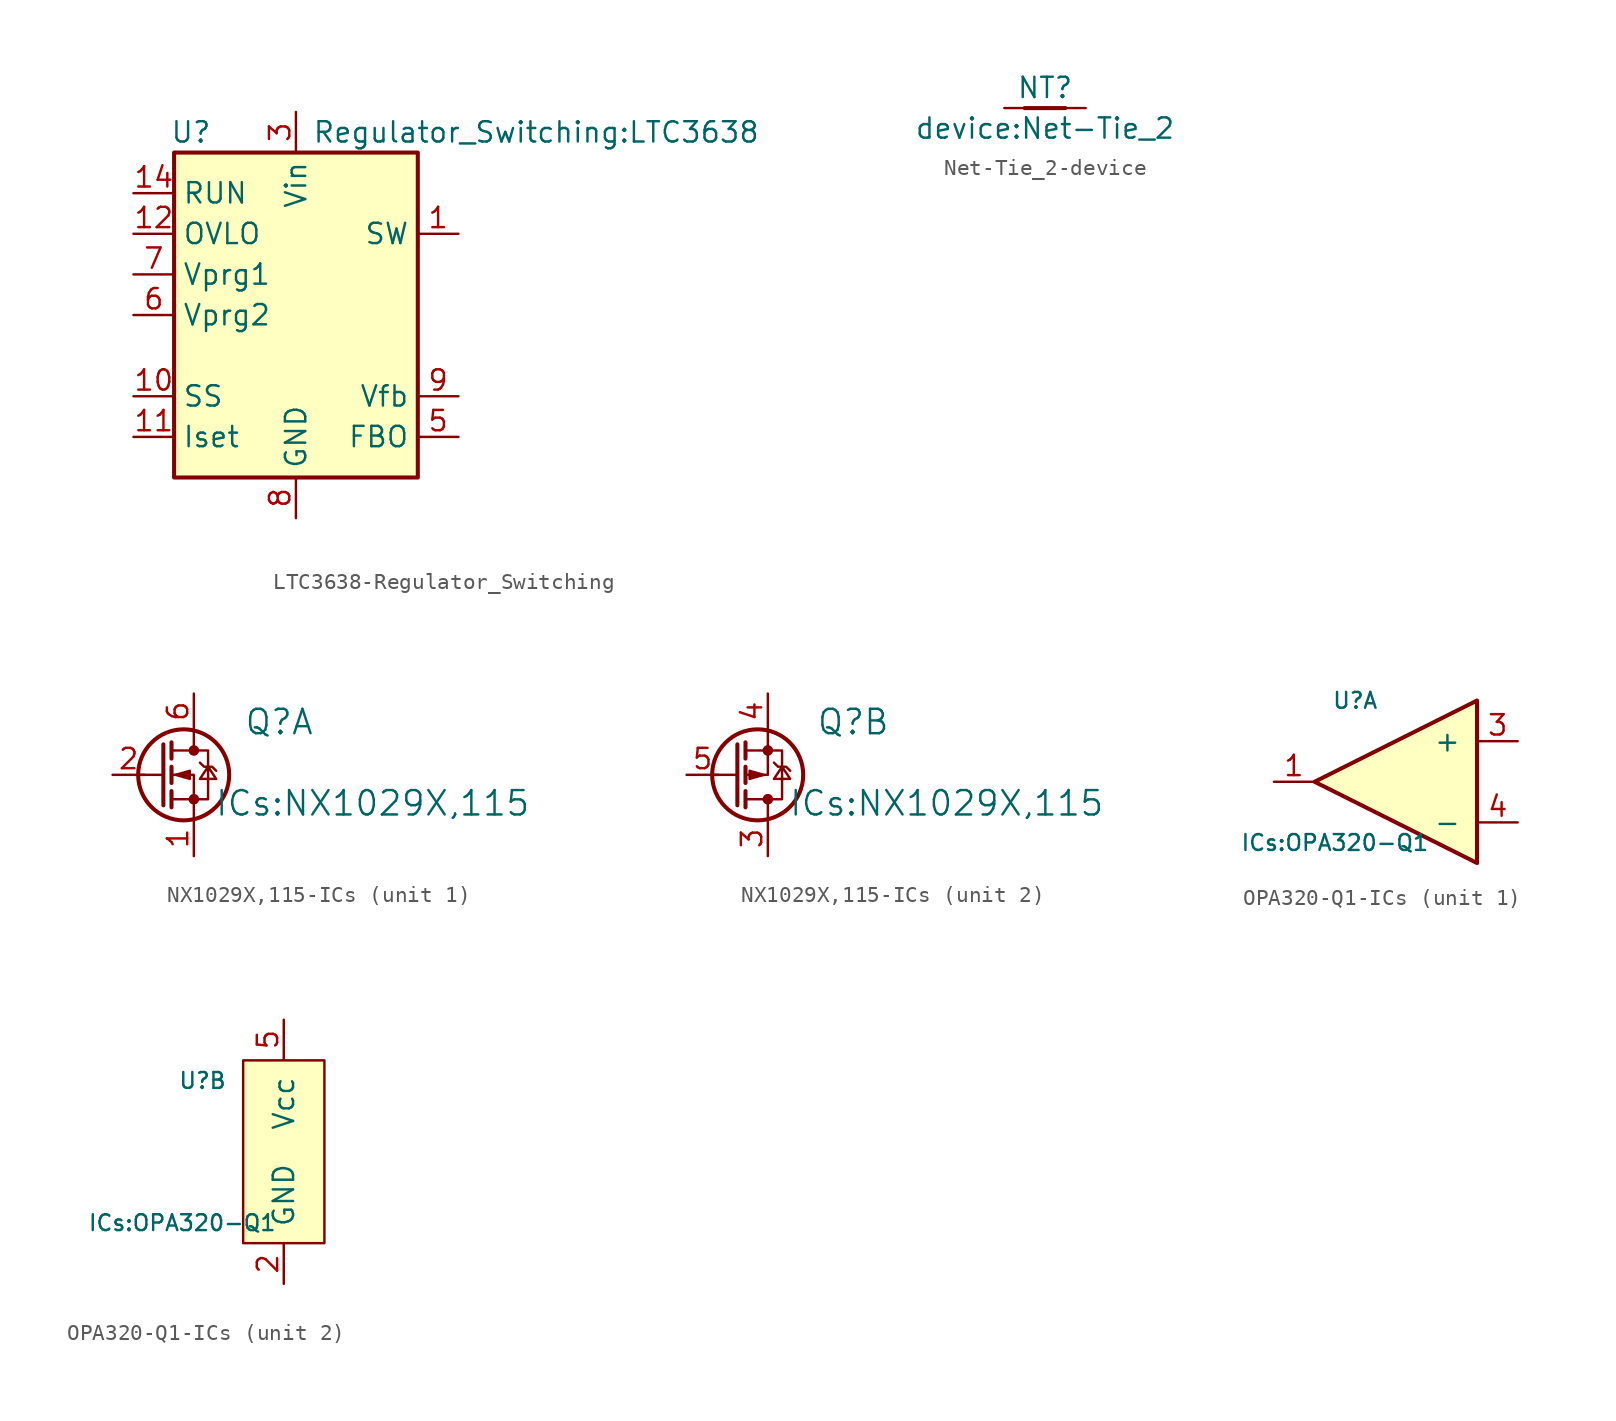
<source format=kicad_sym>
(kicad_symbol_lib
  (version 20241209)
  (generator "kicad_symbol_editor")
  (generator_version "9.0")
  (symbol "LTC3638-Regulator_Switching"
    (property "Reference" "U"
      (at -7.874 11.43 0)
      (effects (font (size 1.27 1.27)) (justify left)))
    (property "Value" "Regulator_Switching:LTC3638"
      (at 1.016 11.43 0)
      (effects (font (size 1.27 1.27)) (justify left)))
    (symbol "LTC3638-Regulator_Switching_0_1"
      (rectangle (start -7.62 10.16) (end 7.62 -10.16) (stroke (width 0.254) (type solid)) (fill (type background))))
    (symbol "LTC3638-Regulator_Switching_1_1"
      (pin input line (at -10.16 7.62 0) (length 2.54) (name "RUN" (effects (font (size 1.27 1.27)))) (number "14" (effects (font (size 1.27 1.27)))))
      (pin input line (at -10.16 5.08 0) (length 2.54) (name "OVLO" (effects (font (size 1.27 1.27)))) (number "12" (effects (font (size 1.27 1.27)))))
      (pin input line (at -10.16 2.54 0) (length 2.54) (name "Vprg1" (effects (font (size 1.27 1.27)))) (number "7" (effects (font (size 1.27 1.27)))))
      (pin input line (at -10.16 0 0) (length 2.54) (name "Vprg2" (effects (font (size 1.27 1.27)))) (number "6" (effects (font (size 1.27 1.27)))))
      (pin passive line (at -10.16 -5.08 0) (length 2.54) (name "SS" (effects (font (size 1.27 1.27)))) (number "10" (effects (font (size 1.27 1.27)))))
      (pin passive line (at -10.16 -7.62 0) (length 2.54) (name "Iset" (effects (font (size 1.27 1.27)))) (number "11" (effects (font (size 1.27 1.27)))))
      (pin power_in line (at 0 12.7 270) (length 2.54) (name "Vin" (effects (font (size 1.27 1.27)))) (number "3" (effects (font (size 1.27 1.27)))))
      (pin passive line (at 0 -12.7 90) (length 2.54) (hide yes) (name "GND" (effects (font (size 1.27 1.27)))) (number "16" (effects (font (size 1.27 1.27)))))
      (pin passive line (at 0 -12.7 90) (length 2.54) (hide yes) (name "GND" (effects (font (size 1.27 1.27)))) (number "17" (effects (font (size 1.27 1.27)))))
      (pin power_in line (at 0 -12.7 90) (length 2.54) (name "GND" (effects (font (size 1.27 1.27)))) (number "8" (effects (font (size 1.27 1.27)))))
      (pin passive line (at 10.16 5.08 180) (length 2.54) (name "SW" (effects (font (size 1.27 1.27)))) (number "1" (effects (font (size 1.27 1.27)))))
      (pin input line (at 10.16 -5.08 180) (length 2.54) (name "Vfb" (effects (font (size 1.27 1.27)))) (number "9" (effects (font (size 1.27 1.27)))))
      (pin output line (at 10.16 -7.62 180) (length 2.54) (name "FBO" (effects (font (size 1.27 1.27)))) (number "5" (effects (font (size 1.27 1.27)))))))
  (symbol "Net-Tie_2-device"
    (pin_numbers
      (hide yes))
    (pin_names
      (offset 0)
      (hide yes))
    (property "Reference" "NT"
      (at 0 1.27 0)
      (effects (font (size 1.27 1.27))))
    (property "Value" "device:Net-Tie_2"
      (at 0 -1.27 0)
      (effects (font (size 1.27 1.27))))
    (symbol "Net-Tie_2-device_0_1"
      (polyline (pts (xy -1.27 0) (xy 1.27 0)) (stroke (width 0.254) (type solid)) (fill (type none))))
    (symbol "Net-Tie_2-device_1_1"
      (pin passive line (at -2.54 0 0) (length 2.54) (name "1" (effects (font (size 1.27 1.27)))) (number "1" (effects (font (size 1.27 1.27)))))
      (pin passive line (at 2.54 0 180) (length 2.54) (name "2" (effects (font (size 1.27 1.27)))) (number "2" (effects (font (size 1.27 1.27)))))))
  (symbol "NX1029X,115-ICs"
    (pin_names
      (offset 1.016))
    (property "Reference" "Q"
      (at 5.334 3.302 0)
      (effects (font (size 1.524 1.524))))
    (property "Value" "ICs:NX1029X,115"
      (at 11.176 -1.778 0)
      (effects (font (size 1.524 1.524))))
    (property "ki_locked" ""
      (at 0 0 0)
      (effects (font (size 1.27 1.27))))
    (symbol "NX1029X,115-ICs_0_1"
      (polyline (pts (xy -1.905 1.905) (xy -1.905 -1.905)) (stroke (width 0.254) (type solid)) (fill (type none)))
      (polyline (pts (xy -1.905 0) (xy -3.429 0)) (stroke (width 0) (type solid)) (fill (type none)))
      (polyline (pts (xy -1.397 2.032) (xy -1.397 1.016)) (stroke (width 0.254) (type solid)) (fill (type none)))
      (polyline (pts (xy -1.397 1.524) (xy 0.889 1.524) (xy 0.889 0.508) (xy 0.889 -1.524) (xy -1.397 -1.524)) (stroke (width 0) (type solid)) (fill (type none)))
      (polyline (pts (xy -1.397 0.508) (xy -1.397 -0.508)) (stroke (width 0.254) (type solid)) (fill (type none)))
      (polyline (pts (xy -1.397 -1.016) (xy -1.397 -2.032)) (stroke (width 0.254) (type solid)) (fill (type none)))
      (circle (center -0.635 0) (radius 2.845) (stroke (width 0.254) (type solid)) (fill (type none)))
      (polyline (pts (xy 0 2.794) (xy 0 1.524)) (stroke (width 0) (type solid)) (fill (type none)))
      (circle (center 0 1.524) (radius 0.254) (stroke (width 0) (type solid)) (fill (type outline)))
      (polyline (pts (xy 0 -1.524) (xy 0 -2.54) (xy 0 -2.794)) (stroke (width 0) (type solid)) (fill (type none)))
      (circle (center 0 -1.524) (radius 0.254) (stroke (width 0) (type solid)) (fill (type outline)))
      (polyline (pts (xy 0.381 0.762) (xy 0.635 0.508) (xy 1.143 0.508) (xy 1.397 0.254)) (stroke (width 0) (type solid)) (fill (type none)))
      (polyline (pts (xy 0.889 0.254) (xy 0.889 0.508) (xy 0.381 -0.254) (xy 1.397 -0.254) (xy 0.889 0.508) (xy 0.889 0.254)) (stroke (width 0) (type solid)) (fill (type none))))
    (symbol "NX1029X,115-ICs_1_1"
      (polyline (pts (xy -1.143 0) (xy -0.254 0.254) (xy -0.254 -0.254) (xy -1.143 0)) (stroke (width 0) (type solid)) (fill (type outline)))
      (polyline (pts (xy 0 -1.524) (xy 0 0) (xy -1.27 0)) (stroke (width 0) (type solid)) (fill (type none)))
      (pin input line (at -5.08 0 0) (length 2.007) (name "~" (effects (font (size 1.27 1.27)))) (number "2" (effects (font (size 1.27 1.27)))))
      (pin input line (at 0 5.08 270) (length 2.21) (name "~" (effects (font (size 1.27 1.27)))) (number "6" (effects (font (size 1.27 1.27)))))
      (pin input line (at 0 -5.08 90) (length 2.21) (name "~" (effects (font (size 1.27 1.27)))) (number "1" (effects (font (size 1.27 1.27))))))
    (symbol "NX1029X,115-ICs_2_1"
      (polyline (pts (xy -1.143 0.254) (xy -1.143 -0.254) (xy -0.254 0) (xy -1.143 0.254)) (stroke (width 0) (type solid)) (fill (type outline)))
      (polyline (pts (xy 0 1.524) (xy 0 0) (xy -1.27 0)) (stroke (width 0) (type solid)) (fill (type none)))
      (pin input line (at -5.08 0 0) (length 2.007) (name "~" (effects (font (size 1.27 1.27)))) (number "5" (effects (font (size 1.27 1.27)))))
      (pin input line (at 0 5.08 270) (length 2.21) (name "~" (effects (font (size 1.27 1.27)))) (number "4" (effects (font (size 1.27 1.27)))))
      (pin input line (at 0 -5.08 90) (length 2.21) (name "~" (effects (font (size 1.27 1.27)))) (number "3" (effects (font (size 1.27 1.27)))))))
  (symbol "OPA320-Q1-ICs"
    (pin_names
      (offset 1.016))
    (property "Reference" "U"
      (at -7.62 5.08 0)
      (effects (font (size 0.991 0.991))))
    (property "Value" "ICs:OPA320-Q1"
      (at -8.89 -3.81 0)
      (effects (font (size 0.991 0.991))))
    (property "ki_locked" ""
      (at 0 0 0)
      (effects (font (size 1.27 1.27))))
    (symbol "OPA320-Q1-ICs_1_1"
      (polyline (pts (xy -10.16 0) (xy 0 5.08) (xy 0 -5.08) (xy -10.16 0)) (stroke (width 0.254) (type solid)) (fill (type background)))
      (pin output line (at -12.7 0 0) (length 2.489) (name "~" (effects (font (size 1.27 1.27)))) (number "1" (effects (font (size 1.27 1.27)))))
      (pin input line (at 2.54 2.54 180) (length 2.489) (name "+" (effects (font (size 1.27 1.27)))) (number "3" (effects (font (size 1.27 1.27)))))
      (pin input line (at 2.54 -2.54 180) (length 2.489) (name "-" (effects (font (size 1.27 1.27)))) (number "4" (effects (font (size 1.27 1.27))))))
    (symbol "OPA320-Q1-ICs_2_1"
      (rectangle (start -5.08 6.35) (end 0 -5.08) (stroke (width 0) (type solid)) (fill (type background)))
      (pin power_in line (at -2.54 8.89 270) (length 2.489) (name "Vcc" (effects (font (size 1.27 1.27)))) (number "5" (effects (font (size 1.27 1.27)))))
      (pin power_in line (at -2.54 -7.62 90) (length 2.489) (name "GND" (effects (font (size 1.27 1.27)))) (number "2" (effects (font (size 1.27 1.27))))))))
</source>
